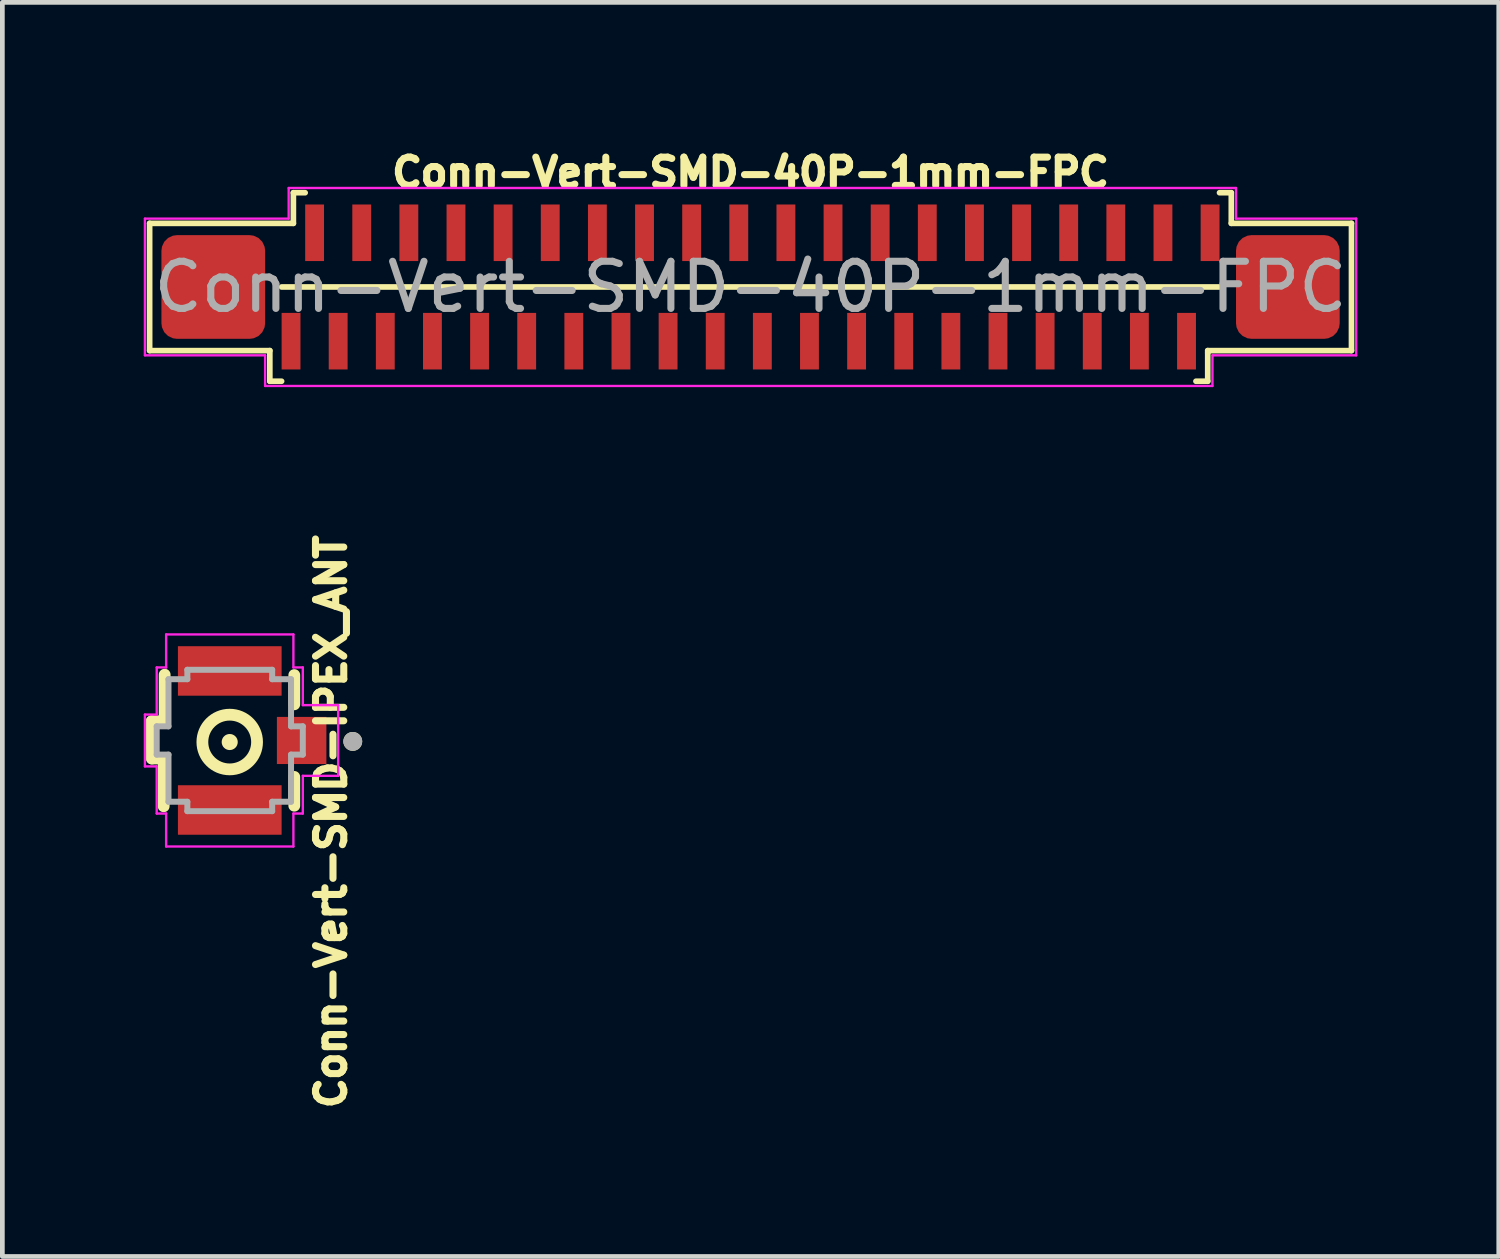
<source format=kicad_pcb>
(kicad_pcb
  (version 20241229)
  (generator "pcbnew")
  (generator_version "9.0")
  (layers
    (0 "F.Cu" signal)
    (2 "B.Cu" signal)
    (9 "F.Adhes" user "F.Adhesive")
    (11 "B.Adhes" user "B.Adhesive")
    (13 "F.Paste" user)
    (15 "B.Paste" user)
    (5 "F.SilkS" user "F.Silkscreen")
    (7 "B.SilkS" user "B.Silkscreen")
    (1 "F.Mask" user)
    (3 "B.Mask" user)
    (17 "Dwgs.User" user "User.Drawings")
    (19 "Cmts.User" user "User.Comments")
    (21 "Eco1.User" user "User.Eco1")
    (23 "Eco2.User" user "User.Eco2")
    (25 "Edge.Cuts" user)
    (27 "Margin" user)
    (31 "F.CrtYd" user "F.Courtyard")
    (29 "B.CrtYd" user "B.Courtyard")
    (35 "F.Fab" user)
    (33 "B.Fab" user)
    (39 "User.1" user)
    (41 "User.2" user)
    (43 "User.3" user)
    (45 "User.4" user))
  (footprint "Conn-Vert-SMD-IPEX_ANT"
    (layer "F.Cu")
    (at 1.824 12.694)
    (property "Reference" "Conn-Vert-SMD-IPEX_ANT" (at 2.15 1.692 90) (unlocked yes) (layer "F.SilkS") (effects (font (size 0.6 0.6) (thickness 0.15))))
    (attr smd)
    (fp_line (start -1.655 -0.44) (end -1.65 0.35) (stroke (width 0.25) (type solid)) (layer "F.SilkS"))
    (fp_line (start -1.65 0.35) (end -1.4 0.35) (stroke (width 0.25) (type solid)) (layer "F.SilkS"))
    (fp_line (start -1.4 0.35) (end -1.401 1.363) (stroke (width 0.25) (type solid)) (layer "F.SilkS"))
    (fp_line (start -1.38 -0.44) (end -1.655 -0.44) (stroke (width 0.25) (type solid)) (layer "F.SilkS"))
    (fp_line (start -1.38 -0.44) (end -1.38 -1.429) (stroke (width 0.25) (type solid)) (layer "F.SilkS"))
    (fp_line (start 1.37 -1.421) (end 1.37 -0.8) (stroke (width 0.25) (type solid)) (layer "F.SilkS"))
    (fp_line (start 1.37 0.74) (end 1.37 1.351) (stroke (width 0.25) (type solid)) (layer "F.SilkS"))
    (fp_circle (center 0 0) (end 0.11 -0.01) (stroke (width 0.12) (type solid)) (fill yes) (layer "F.SilkS"))
    (fp_circle (center 0 0) (end 0.58 0.01) (stroke (width 0.25) (type solid)) (fill no) (layer "F.SilkS"))
    (fp_circle (center 2.611 -0.013) (end 2.711 -0.013) (stroke (width 0.2) (type solid)) (fill no) (layer "F.SilkS"))
    (fp_line (start -1.799 -0.583) (end -1.799 0.517) (stroke (width 0.05) (type solid)) (layer "F.CrtYd"))
    (fp_line (start -1.799 0.517) (end -1.549 0.517) (stroke (width 0.05) (type solid)) (layer "F.CrtYd"))
    (fp_line (start -1.549 -1.583) (end -1.549 -0.583) (stroke (width 0.05) (type solid)) (layer "F.CrtYd"))
    (fp_line (start -1.549 -0.583) (end -1.799 -0.583) (stroke (width 0.05) (type solid)) (layer "F.CrtYd"))
    (fp_line (start -1.549 1.517) (end -1.549 0.517) (stroke (width 0.05) (type solid)) (layer "F.CrtYd"))
    (fp_line (start -1.349 -1.583) (end -1.549 -1.583) (stroke (width 0.05) (type solid)) (layer "F.CrtYd"))
    (fp_line (start -1.349 -1.583) (end -1.349 -2.283) (stroke (width 0.05) (type solid)) (layer "F.CrtYd"))
    (fp_line (start -1.349 1.517) (end -1.549 1.517) (stroke (width 0.05) (type solid)) (layer "F.CrtYd"))
    (fp_line (start -1.349 2.217) (end -1.349 1.517) (stroke (width 0.05) (type solid)) (layer "F.CrtYd"))
    (fp_line (start 1.351 -2.283) (end -1.349 -2.283) (stroke (width 0.05) (type solid)) (layer "F.CrtYd"))
    (fp_line (start 1.351 -2.283) (end 1.351 -1.583) (stroke (width 0.05) (type solid)) (layer "F.CrtYd"))
    (fp_line (start 1.351 -1.583) (end 1.551 -1.583) (stroke (width 0.05) (type solid)) (layer "F.CrtYd"))
    (fp_line (start 1.351 1.517) (end 1.351 2.217) (stroke (width 0.05) (type solid)) (layer "F.CrtYd"))
    (fp_line (start 1.351 1.517) (end 1.551 1.517) (stroke (width 0.05) (type solid)) (layer "F.CrtYd"))
    (fp_line (start 1.351 2.217) (end -1.349 2.217) (stroke (width 0.05) (type solid)) (layer "F.CrtYd"))
    (fp_line (start 1.551 -1.583) (end 1.551 -0.783) (stroke (width 0.05) (type solid)) (layer "F.CrtYd"))
    (fp_line (start 1.551 0.717) (end 2.301 0.717) (stroke (width 0.05) (type solid)) (layer "F.CrtYd"))
    (fp_line (start 1.551 1.517) (end 1.551 0.717) (stroke (width 0.05) (type solid)) (layer "F.CrtYd"))
    (fp_line (start 2.301 -0.783) (end 1.551 -0.783) (stroke (width 0.05) (type solid)) (layer "F.CrtYd"))
    (fp_line (start 2.301 0.717) (end 2.301 -0.783) (stroke (width 0.05) (type solid)) (layer "F.CrtYd"))
    (fp_line (start -1.549 -0.333) (end -1.549 0.267) (stroke (width 0.127) (type solid)) (layer "F.Fab"))
    (fp_line (start -1.549 0.267) (end -1.299 0.267) (stroke (width 0.127) (type solid)) (layer "F.Fab"))
    (fp_line (start -1.299 -1.333) (end -1.299 -0.333) (stroke (width 0.127) (type solid)) (layer "F.Fab"))
    (fp_line (start -1.299 -0.333) (end -1.549 -0.333) (stroke (width 0.127) (type solid)) (layer "F.Fab"))
    (fp_line (start -1.299 0.267) (end -1.299 1.267) (stroke (width 0.127) (type solid)) (layer "F.Fab"))
    (fp_line (start -1.299 1.267) (end -0.899 1.267) (stroke (width 0.127) (type solid)) (layer "F.Fab"))
    (fp_line (start -0.899 -1.533) (end -0.899 -1.333) (stroke (width 0.127) (type solid)) (layer "F.Fab"))
    (fp_line (start -0.899 -1.333) (end -1.299 -1.333) (stroke (width 0.127) (type solid)) (layer "F.Fab"))
    (fp_line (start -0.899 1.267) (end -0.899 1.467) (stroke (width 0.127) (type solid)) (layer "F.Fab"))
    (fp_line (start -0.899 1.467) (end 0.901 1.467) (stroke (width 0.127) (type solid)) (layer "F.Fab"))
    (fp_line (start 0.901 -1.533) (end -0.899 -1.533) (stroke (width 0.127) (type solid)) (layer "F.Fab"))
    (fp_line (start 0.901 -1.333) (end 0.901 -1.533) (stroke (width 0.127) (type solid)) (layer "F.Fab"))
    (fp_line (start 0.901 1.267) (end 1.301 1.267) (stroke (width 0.127) (type solid)) (layer "F.Fab"))
    (fp_line (start 0.901 1.467) (end 0.901 1.267) (stroke (width 0.127) (type solid)) (layer "F.Fab"))
    (fp_line (start 1.301 -1.333) (end 0.901 -1.333) (stroke (width 0.127) (type solid)) (layer "F.Fab"))
    (fp_line (start 1.301 -0.333) (end 1.301 -1.333) (stroke (width 0.127) (type solid)) (layer "F.Fab"))
    (fp_line (start 1.301 0.267) (end 1.551 0.267) (stroke (width 0.127) (type solid)) (layer "F.Fab"))
    (fp_line (start 1.301 1.267) (end 1.301 0.267) (stroke (width 0.127) (type solid)) (layer "F.Fab"))
    (fp_line (start 1.551 -0.333) (end 1.301 -0.333) (stroke (width 0.127) (type solid)) (layer "F.Fab"))
    (fp_line (start 1.551 0.267) (end 1.551 -0.333) (stroke (width 0.127) (type solid)) (layer "F.Fab"))
    (fp_circle (center 2.611 -0.013) (end 2.711 -0.013) (stroke (width 0.2) (type solid)) (fill no) (layer "F.Fab"))
    (pad "1" smd rect (at 1.526 -0.033) (size 1.05 1) (layers "F.Cu" "F.Mask" "F.Paste"))
    (pad "2" smd rect (at 0.001 -1.508) (size 2.2 1.05) (layers "F.Cu" "F.Mask" "F.Paste"))
    (pad "3" smd rect (at 0.001 1.442) (size 2.2 1.05) (layers "F.Cu" "F.Mask" "F.Paste"))
    (zone (net_name "") (layer "F.Cu") (hatch full 0.508) (connect_pads) (min_thickness 0.01) (filled_areas_thickness no) (keepout (tracks not_allowed) (vias not_allowed) (pads not_allowed) (copperpour not_allowed) (footprints allowed)) (placement (enabled no)) (fill) (polygon (pts (xy 0.725 11.711) (xy 2.825 11.711) (xy 2.825 13.611) (xy 0.725 13.611))))
    (zone (net_name "") (layers "F.Cu" "B.Cu") (hatch full 0.508) (connect_pads) (min_thickness 0.01) (filled_areas_thickness no) (keepout (tracks allowed) (vias not_allowed) (pads allowed) (copperpour allowed) (footprints allowed)) (placement (enabled no)) (fill) (polygon (pts (xy 0.725 11.711) (xy 2.825 11.711) (xy 2.825 13.611) (xy 0.725 13.611)))))
  (footprint "Conn-Vert-SMD-40P-1mm-FPC"
    (layer "F.Cu")
    (at 12.875 3.039)
    (property "Reference" "Conn-Vert-SMD-40P-1mm-FPC" (at 0 -2.425 0) (unlocked yes) (layer "F.SilkS") (effects (font (size 0.6 0.6) (thickness 0.15))))
    (attr smd)
    (fp_line (start -12.75 -1.35) (end -9.7 -1.35) (stroke (width 0.12) (type solid)) (layer "F.SilkS"))
    (fp_line (start -12.75 1.35) (end -12.75 -1.35) (stroke (width 0.12) (type solid)) (layer "F.SilkS"))
    (fp_line (start -10.2 1.35) (end -12.75 1.35) (stroke (width 0.12) (type solid)) (layer "F.SilkS"))
    (fp_line (start -10.2 2) (end -10.2 1.35) (stroke (width 0.12) (type solid)) (layer "F.SilkS"))
    (fp_line (start -10.2 2) (end -9.95 2) (stroke (width 0.12) (type solid)) (layer "F.SilkS"))
    (fp_line (start -9.95 0) (end 9.95 0) (stroke (width 0.12) (type solid)) (layer "F.SilkS"))
    (fp_line (start -9.7 -2) (end -9.45 -2) (stroke (width 0.12) (type solid)) (layer "F.SilkS"))
    (fp_line (start -9.7 -1.35) (end -9.7 -2) (stroke (width 0.12) (type solid)) (layer "F.SilkS"))
    (fp_line (start 9.7 1.35) (end 12.75 1.35) (stroke (width 0.12) (type solid)) (layer "F.SilkS"))
    (fp_line (start 9.7 1.4) (end 9.7 1.35) (stroke (width 0.12) (type solid)) (layer "F.SilkS"))
    (fp_line (start 9.7 2) (end 9.45 2) (stroke (width 0.12) (type solid)) (layer "F.SilkS"))
    (fp_line (start 9.7 2) (end 9.7 1.4) (stroke (width 0.12) (type solid)) (layer "F.SilkS"))
    (fp_line (start 10.2 -2) (end 9.95 -2) (stroke (width 0.12) (type solid)) (layer "F.SilkS"))
    (fp_line (start 10.2 -1.35) (end 10.2 -2) (stroke (width 0.12) (type solid)) (layer "F.SilkS"))
    (fp_line (start 12.75 -1.35) (end 10.2 -1.35) (stroke (width 0.12) (type solid)) (layer "F.SilkS"))
    (fp_line (start 12.75 1.35) (end 12.75 -1.35) (stroke (width 0.12) (type solid)) (layer "F.SilkS"))
    (fp_line (start -12.85 -1.45) (end -9.8 -1.45) (stroke (width 0.05) (type solid)) (layer "F.CrtYd"))
    (fp_line (start -12.85 1.45) (end -12.85 -1.45) (stroke (width 0.05) (type solid)) (layer "F.CrtYd"))
    (fp_line (start -10.3 1.45) (end -12.85 1.45) (stroke (width 0.05) (type solid)) (layer "F.CrtYd"))
    (fp_line (start -10.3 2.1) (end -10.3 1.45) (stroke (width 0.05) (type solid)) (layer "F.CrtYd"))
    (fp_line (start -9.8 -2.1) (end 10.3 -2.1) (stroke (width 0.05) (type solid)) (layer "F.CrtYd"))
    (fp_line (start -9.8 -1.45) (end -9.8 -2.1) (stroke (width 0.05) (type solid)) (layer "F.CrtYd"))
    (fp_line (start 9.8 1.45) (end 9.8 2.1) (stroke (width 0.05) (type solid)) (layer "F.CrtYd"))
    (fp_line (start 9.8 2.1) (end -10.3 2.1) (stroke (width 0.05) (type solid)) (layer "F.CrtYd"))
    (fp_line (start 10.3 -2.1) (end 10.3 -1.45) (stroke (width 0.05) (type solid)) (layer "F.CrtYd"))
    (fp_line (start 10.3 -1.45) (end 12.85 -1.45) (stroke (width 0.05) (type solid)) (layer "F.CrtYd"))
    (fp_line (start 12.85 -1.45) (end 12.85 1.45) (stroke (width 0.05) (type solid)) (layer "F.CrtYd"))
    (fp_line (start 12.85 1.45) (end 9.8 1.45) (stroke (width 0.05) (type solid)) (layer "F.CrtYd"))
    (fp_text user "${REFERENCE}" (at 0 0 0) (unlocked yes) (layer "F.Fab") (effects (font (size 1 1) (thickness 0.15))))
    (pad "1" smd rect (at -9.75 1.15 90) (size 1.2 0.4) (layers "F.Cu" "F.Mask" "F.Paste"))
    (pad "2" smd rect (at -9.25 -1.15 90) (size 1.2 0.4) (layers "F.Cu" "F.Mask" "F.Paste"))
    (pad "3" smd rect (at -8.75 1.15 90) (size 1.2 0.4) (layers "F.Cu" "F.Mask" "F.Paste"))
    (pad "4" smd rect (at -8.25 -1.15 90) (size 1.2 0.4) (layers "F.Cu" "F.Mask" "F.Paste"))
    (pad "5" smd rect (at -7.75 1.15 90) (size 1.2 0.4) (layers "F.Cu" "F.Mask" "F.Paste"))
    (pad "6" smd rect (at -7.25 -1.15 90) (size 1.2 0.4) (layers "F.Cu" "F.Mask" "F.Paste"))
    (pad "7" smd rect (at -6.75 1.15 90) (size 1.2 0.4) (layers "F.Cu" "F.Mask" "F.Paste"))
    (pad "8" smd rect (at -6.25 -1.15 90) (size 1.2 0.4) (layers "F.Cu" "F.Mask" "F.Paste"))
    (pad "9" smd rect (at -5.75 1.15 90) (size 1.2 0.4) (layers "F.Cu" "F.Mask" "F.Paste"))
    (pad "10" smd rect (at -5.25 -1.15 90) (size 1.2 0.4) (layers "F.Cu" "F.Mask" "F.Paste"))
    (pad "11" smd rect (at -4.75 1.15 90) (size 1.2 0.4) (layers "F.Cu" "F.Mask" "F.Paste"))
    (pad "12" smd rect (at -4.25 -1.15 90) (size 1.2 0.4) (layers "F.Cu" "F.Mask" "F.Paste"))
    (pad "13" smd rect (at -3.75 1.15 90) (size 1.2 0.4) (layers "F.Cu" "F.Mask" "F.Paste"))
    (pad "14" smd rect (at -3.25 -1.15 90) (size 1.2 0.4) (layers "F.Cu" "F.Mask" "F.Paste"))
    (pad "15" smd rect (at -2.75 1.15 90) (size 1.2 0.4) (layers "F.Cu" "F.Mask" "F.Paste"))
    (pad "16" smd rect (at -2.25 -1.15 90) (size 1.2 0.4) (layers "F.Cu" "F.Mask" "F.Paste"))
    (pad "17" smd rect (at -1.75 1.15 90) (size 1.2 0.4) (layers "F.Cu" "F.Mask" "F.Paste"))
    (pad "18" smd rect (at -1.25 -1.15 90) (size 1.2 0.4) (layers "F.Cu" "F.Mask" "F.Paste"))
    (pad "19" smd rect (at -0.75 1.15 90) (size 1.2 0.4) (layers "F.Cu" "F.Mask" "F.Paste"))
    (pad "20" smd rect (at -0.25 -1.15 90) (size 1.2 0.4) (layers "F.Cu" "F.Mask" "F.Paste"))
    (pad "21" smd rect (at 0.25 1.15 90) (size 1.2 0.4) (layers "F.Cu" "F.Mask" "F.Paste"))
    (pad "22" smd rect (at 0.75 -1.15 90) (size 1.2 0.4) (layers "F.Cu" "F.Mask" "F.Paste"))
    (pad "23" smd rect (at 1.25 1.15 90) (size 1.2 0.4) (layers "F.Cu" "F.Mask" "F.Paste"))
    (pad "24" smd rect (at 1.75 -1.15 90) (size 1.2 0.4) (layers "F.Cu" "F.Mask" "F.Paste"))
    (pad "25" smd rect (at 2.25 1.15 90) (size 1.2 0.4) (layers "F.Cu" "F.Mask" "F.Paste"))
    (pad "26" smd rect (at 2.75 -1.15 90) (size 1.2 0.4) (layers "F.Cu" "F.Mask" "F.Paste"))
    (pad "27" smd rect (at 3.25 1.15 90) (size 1.2 0.4) (layers "F.Cu" "F.Mask" "F.Paste"))
    (pad "28" smd rect (at 3.75 -1.15 90) (size 1.2 0.4) (layers "F.Cu" "F.Mask" "F.Paste"))
    (pad "29" smd rect (at 4.25 1.15 90) (size 1.2 0.4) (layers "F.Cu" "F.Mask" "F.Paste"))
    (pad "30" smd rect (at 4.75 -1.15 90) (size 1.2 0.4) (layers "F.Cu" "F.Mask" "F.Paste"))
    (pad "31" smd rect (at 5.25 1.15 90) (size 1.2 0.4) (layers "F.Cu" "F.Mask" "F.Paste"))
    (pad "32" smd rect (at 5.75 -1.15 90) (size 1.2 0.4) (layers "F.Cu" "F.Mask" "F.Paste"))
    (pad "33" smd rect (at 6.25 1.15 90) (size 1.2 0.4) (layers "F.Cu" "F.Mask" "F.Paste"))
    (pad "34" smd rect (at 6.75 -1.15 90) (size 1.2 0.4) (layers "F.Cu" "F.Mask" "F.Paste"))
    (pad "35" smd rect (at 7.25 1.15 90) (size 1.2 0.4) (layers "F.Cu" "F.Mask" "F.Paste"))
    (pad "36" smd rect (at 7.75 -1.15 90) (size 1.2 0.4) (layers "F.Cu" "F.Mask" "F.Paste"))
    (pad "37" smd rect (at 8.25 1.15 90) (size 1.2 0.4) (layers "F.Cu" "F.Mask" "F.Paste"))
    (pad "38" smd rect (at 8.75 -1.15 90) (size 1.2 0.4) (layers "F.Cu" "F.Mask" "F.Paste"))
    (pad "39" smd rect (at 9.25 1.15 90) (size 1.2 0.4) (layers "F.Cu" "F.Mask" "F.Paste"))
    (pad "40" smd rect (at 9.75 -1.15 90) (size 1.2 0.4) (layers "F.Cu" "F.Mask" "F.Paste"))
    (pad "41" smd roundrect (at -11.4 0 90) (size 2.2 2.2) (layers "F.Cu" "F.Mask" "F.Paste") (roundrect_rratio 0.15))
    (pad "42" smd roundrect (at 11.4 0 90) (size 2.2 2.2) (layers "F.Cu" "F.Mask" "F.Paste") (roundrect_rratio 0.15)))
  (gr_rect
    (start -3 -3)
    (end 28.75 23.609)
    (stroke (width 0.1) (type default))
    (fill no)
    (layer "Edge.Cuts")))
</source>
